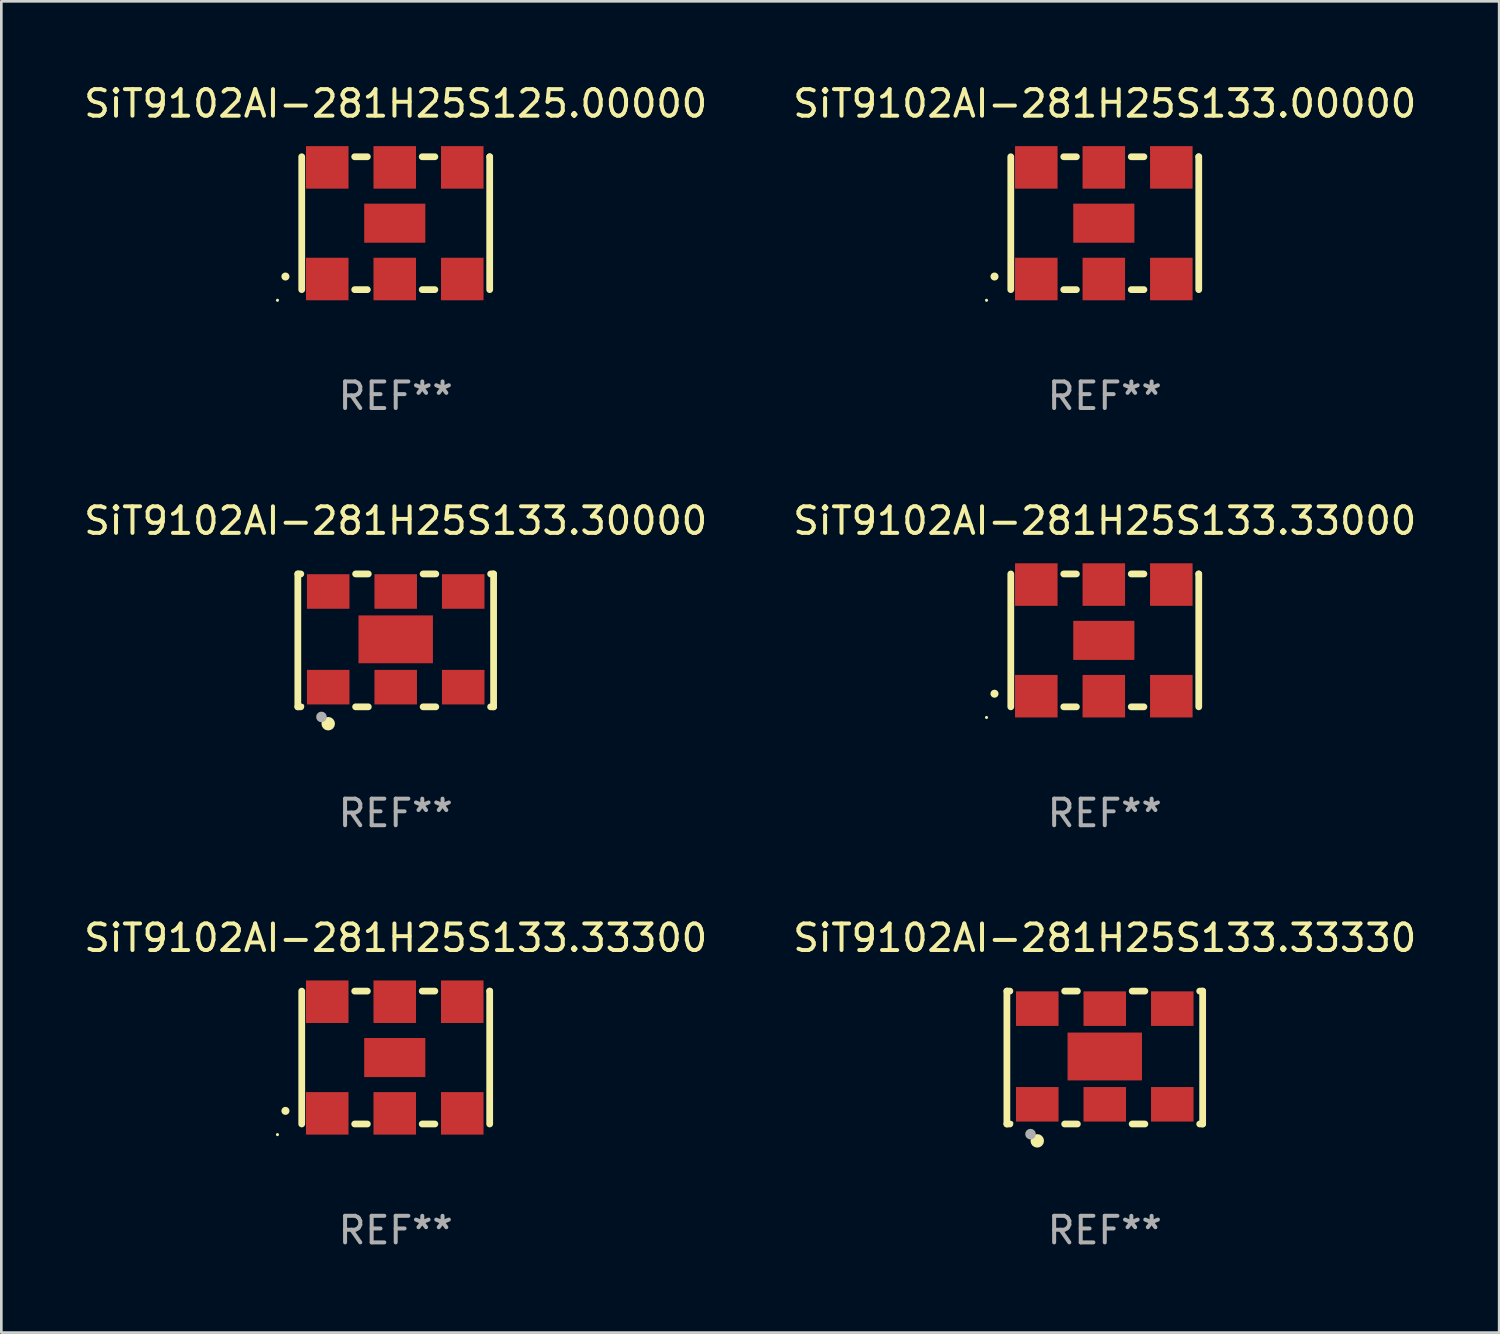
<source format=kicad_pcb>
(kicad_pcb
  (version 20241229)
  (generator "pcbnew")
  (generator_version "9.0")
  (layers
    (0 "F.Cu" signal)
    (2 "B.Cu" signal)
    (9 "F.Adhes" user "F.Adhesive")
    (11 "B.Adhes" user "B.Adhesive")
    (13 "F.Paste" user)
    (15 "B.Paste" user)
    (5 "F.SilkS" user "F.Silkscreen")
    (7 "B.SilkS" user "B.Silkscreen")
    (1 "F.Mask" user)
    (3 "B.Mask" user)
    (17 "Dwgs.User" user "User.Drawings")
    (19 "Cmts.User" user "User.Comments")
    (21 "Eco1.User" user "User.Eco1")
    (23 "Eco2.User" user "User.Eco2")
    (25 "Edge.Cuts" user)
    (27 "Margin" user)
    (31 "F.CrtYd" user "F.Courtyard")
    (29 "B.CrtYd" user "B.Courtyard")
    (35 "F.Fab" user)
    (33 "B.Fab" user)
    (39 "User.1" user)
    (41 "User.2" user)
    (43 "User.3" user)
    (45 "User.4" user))
  (footprint "SiT9102AI-281H25S133.30000"
    (layer "F.Cu")
    (at 11.839 21.045)
    (property "Reference" "SiT9102AI-281H25S133.30000" (at 0 -4.5 0) (layer "F.SilkS") (effects (font (size 1 1) (thickness 0.15))))
    (attr through_hole)
    (fp_line (start -3.683 -2.5) (end -3.571 -2.5) (stroke (width 0.254) (type solid)) (layer "F.SilkS"))
    (fp_line (start -3.683 2.5) (end -3.683 -2.5) (stroke (width 0.254) (type solid)) (layer "F.SilkS"))
    (fp_line (start -3.683 2.5) (end -3.571 2.5) (stroke (width 0.254) (type solid)) (layer "F.SilkS"))
    (fp_line (start -1.509 -2.5) (end -1.031 -2.5) (stroke (width 0.254) (type solid)) (layer "F.SilkS"))
    (fp_line (start -1.509 2.5) (end -1.031 2.5) (stroke (width 0.254) (type solid)) (layer "F.SilkS"))
    (fp_line (start 1.031 -2.5) (end 1.509 -2.5) (stroke (width 0.254) (type solid)) (layer "F.SilkS"))
    (fp_line (start 1.031 2.5) (end 1.509 2.5) (stroke (width 0.254) (type solid)) (layer "F.SilkS"))
    (fp_line (start 3.571 -2.5) (end 3.683 -2.5) (stroke (width 0.254) (type solid)) (layer "F.SilkS"))
    (fp_line (start 3.571 2.5) (end 3.683 2.5) (stroke (width 0.254) (type solid)) (layer "F.SilkS"))
    (fp_line (start 3.683 2.5) (end 3.683 -2.5) (stroke (width 0.254) (type solid)) (layer "F.SilkS"))
    (fp_circle (center -3.5 2.46) (end -3.47 2.46) (stroke (width 0.06) (type solid)) (fill no) (layer "F.SilkS"))
    (fp_circle (center -2.54 3.135) (end -2.413 3.135) (stroke (width 0.254) (type solid)) (fill no) (layer "F.SilkS"))
    (fp_circle (center -2.794 2.881) (end -2.694 2.881) (stroke (width 0.2) (type solid)) (fill no) (layer "F.Fab"))
    (fp_text user "REF**" (at 0 6.5 0) (layer "F.Fab") (effects (font (size 1 1) (thickness 0.15))))
    (pad "1" smd rect (at -2.54 1.76) (size 1.6 1.3) (layers "F.Cu" "F.Mask" "F.Paste"))
    (pad "2" smd rect (at 0 1.76) (size 1.6 1.3) (layers "F.Cu" "F.Mask" "F.Paste"))
    (pad "3" smd rect (at 2.54 1.76) (size 1.6 1.3) (layers "F.Cu" "F.Mask" "F.Paste"))
    (pad "4" smd rect (at 2.54 -1.84) (size 1.6 1.3) (layers "F.Cu" "F.Mask" "F.Paste"))
    (pad "5" smd rect (at 0 -1.84) (size 1.6 1.3) (layers "F.Cu" "F.Mask" "F.Paste"))
    (pad "6" smd rect (at -2.54 -1.84) (size 1.6 1.3) (layers "F.Cu" "F.Mask" "F.Paste"))
    (pad "7" smd rect (at 0 -0.04) (size 2.8 1.8) (layers "F.Cu" "F.Mask" "F.Paste")))
  (footprint "SiT9102AI-281H25S125.00000"
    (layer "F.Cu")
    (at 11.839 5.348)
    (property "Reference" "SiT9102AI-281H25S125.00000" (at 0 -4.5 0) (layer "F.SilkS") (effects (font (size 1 1) (thickness 0.15))))
    (attr through_hole)
    (fp_line (start -3.536 -2.5) (end -3.536 2.5) (stroke (width 0.254) (type solid)) (layer "F.SilkS"))
    (fp_line (start -1.544 2.5) (end -1.067 2.5) (stroke (width 0.254) (type solid)) (layer "F.SilkS"))
    (fp_line (start -1.067 -2.5) (end -1.544 -2.5) (stroke (width 0.254) (type solid)) (layer "F.SilkS"))
    (fp_line (start 0.996 2.5) (end 1.473 2.5) (stroke (width 0.254) (type solid)) (layer "F.SilkS"))
    (fp_line (start 1.473 -2.5) (end 0.996 -2.5) (stroke (width 0.254) (type solid)) (layer "F.SilkS"))
    (fp_line (start 3.536 -2.5) (end 3.536 -2.5) (stroke (width 0.254) (type solid)) (layer "F.SilkS"))
    (fp_line (start 3.536 2.5) (end 3.536 -2.5) (stroke (width 0.254) (type solid)) (layer "F.SilkS"))
    (fp_arc (start -4.150432 2.006604) (mid -4.149162 2.006599) (end -4.147892 2.006604) (stroke (width 0.3) (type solid)) (layer "F.SilkS"))
    (fp_circle (center -4.449 2.9) (end -4.419 2.9) (stroke (width 0.06) (type solid)) (fill no) (layer "F.SilkS"))
    (fp_text user "REF**" (at 0 6.5 0) (layer "F.Fab") (effects (font (size 1 1) (thickness 0.15))))
    (pad "1" smd rect (at -2.576 2.1) (size 1.6 1.6) (layers "F.Cu" "F.Mask" "F.Paste"))
    (pad "2" smd rect (at -0.036 2.1) (size 1.6 1.6) (layers "F.Cu" "F.Mask" "F.Paste"))
    (pad "3" smd rect (at 2.504 2.1) (size 1.6 1.6) (layers "F.Cu" "F.Mask" "F.Paste"))
    (pad "4" smd rect (at 2.504 -2.1) (size 1.6 1.6) (layers "F.Cu" "F.Mask" "F.Paste"))
    (pad "5" smd rect (at -0.036 -2.1) (size 1.6 1.6) (layers "F.Cu" "F.Mask" "F.Paste"))
    (pad "6" smd rect (at -2.576 -2.1) (size 1.6 1.6) (layers "F.Cu" "F.Mask" "F.Paste"))
    (pad "7" smd rect (at -0.036 0) (size 2.3 1.47) (layers "F.Cu" "F.Mask" "F.Paste")))
  (footprint "SiT9102AI-281H25S133.33330"
    (layer "F.Cu")
    (at 38.518 36.741)
    (property "Reference" "SiT9102AI-281H25S133.33330" (at 0 -4.5 0) (layer "F.SilkS") (effects (font (size 1 1) (thickness 0.15))))
    (attr through_hole)
    (fp_line (start -3.683 -2.5) (end -3.571 -2.5) (stroke (width 0.254) (type solid)) (layer "F.SilkS"))
    (fp_line (start -3.683 2.5) (end -3.683 -2.5) (stroke (width 0.254) (type solid)) (layer "F.SilkS"))
    (fp_line (start -3.683 2.5) (end -3.571 2.5) (stroke (width 0.254) (type solid)) (layer "F.SilkS"))
    (fp_line (start -1.509 -2.5) (end -1.031 -2.5) (stroke (width 0.254) (type solid)) (layer "F.SilkS"))
    (fp_line (start -1.509 2.5) (end -1.031 2.5) (stroke (width 0.254) (type solid)) (layer "F.SilkS"))
    (fp_line (start 1.031 -2.5) (end 1.509 -2.5) (stroke (width 0.254) (type solid)) (layer "F.SilkS"))
    (fp_line (start 1.031 2.5) (end 1.509 2.5) (stroke (width 0.254) (type solid)) (layer "F.SilkS"))
    (fp_line (start 3.571 -2.5) (end 3.683 -2.5) (stroke (width 0.254) (type solid)) (layer "F.SilkS"))
    (fp_line (start 3.571 2.5) (end 3.683 2.5) (stroke (width 0.254) (type solid)) (layer "F.SilkS"))
    (fp_line (start 3.683 2.5) (end 3.683 -2.5) (stroke (width 0.254) (type solid)) (layer "F.SilkS"))
    (fp_circle (center -3.5 2.46) (end -3.47 2.46) (stroke (width 0.06) (type solid)) (fill no) (layer "F.SilkS"))
    (fp_circle (center -2.54 3.135) (end -2.413 3.135) (stroke (width 0.254) (type solid)) (fill no) (layer "F.SilkS"))
    (fp_circle (center -2.794 2.881) (end -2.694 2.881) (stroke (width 0.2) (type solid)) (fill no) (layer "F.Fab"))
    (fp_text user "REF**" (at 0 6.5 0) (layer "F.Fab") (effects (font (size 1 1) (thickness 0.15))))
    (pad "1" smd rect (at -2.54 1.76) (size 1.6 1.3) (layers "F.Cu" "F.Mask" "F.Paste"))
    (pad "2" smd rect (at 0 1.76) (size 1.6 1.3) (layers "F.Cu" "F.Mask" "F.Paste"))
    (pad "3" smd rect (at 2.54 1.76) (size 1.6 1.3) (layers "F.Cu" "F.Mask" "F.Paste"))
    (pad "4" smd rect (at 2.54 -1.84) (size 1.6 1.3) (layers "F.Cu" "F.Mask" "F.Paste"))
    (pad "5" smd rect (at 0 -1.84) (size 1.6 1.3) (layers "F.Cu" "F.Mask" "F.Paste"))
    (pad "6" smd rect (at -2.54 -1.84) (size 1.6 1.3) (layers "F.Cu" "F.Mask" "F.Paste"))
    (pad "7" smd rect (at 0 -0.04) (size 2.8 1.8) (layers "F.Cu" "F.Mask" "F.Paste")))
  (footprint "SiT9102AI-281H25S133.33000"
    (layer "F.Cu")
    (at 38.518 21.045)
    (property "Reference" "SiT9102AI-281H25S133.33000" (at 0 -4.5 0) (layer "F.SilkS") (effects (font (size 1 1) (thickness 0.15))))
    (attr through_hole)
    (fp_line (start -3.536 -2.5) (end -3.536 2.5) (stroke (width 0.254) (type solid)) (layer "F.SilkS"))
    (fp_line (start -1.544 2.5) (end -1.067 2.5) (stroke (width 0.254) (type solid)) (layer "F.SilkS"))
    (fp_line (start -1.067 -2.5) (end -1.544 -2.5) (stroke (width 0.254) (type solid)) (layer "F.SilkS"))
    (fp_line (start 0.996 2.5) (end 1.473 2.5) (stroke (width 0.254) (type solid)) (layer "F.SilkS"))
    (fp_line (start 1.473 -2.5) (end 0.996 -2.5) (stroke (width 0.254) (type solid)) (layer "F.SilkS"))
    (fp_line (start 3.536 -2.5) (end 3.536 -2.5) (stroke (width 0.254) (type solid)) (layer "F.SilkS"))
    (fp_line (start 3.536 2.5) (end 3.536 -2.5) (stroke (width 0.254) (type solid)) (layer "F.SilkS"))
    (fp_arc (start -4.150432 2.006604) (mid -4.149162 2.006599) (end -4.147892 2.006604) (stroke (width 0.3) (type solid)) (layer "F.SilkS"))
    (fp_circle (center -4.449 2.9) (end -4.419 2.9) (stroke (width 0.06) (type solid)) (fill no) (layer "F.SilkS"))
    (fp_text user "REF**" (at 0 6.5 0) (layer "F.Fab") (effects (font (size 1 1) (thickness 0.15))))
    (pad "1" smd rect (at -2.576 2.1) (size 1.6 1.6) (layers "F.Cu" "F.Mask" "F.Paste"))
    (pad "2" smd rect (at -0.036 2.1) (size 1.6 1.6) (layers "F.Cu" "F.Mask" "F.Paste"))
    (pad "3" smd rect (at 2.504 2.1) (size 1.6 1.6) (layers "F.Cu" "F.Mask" "F.Paste"))
    (pad "4" smd rect (at 2.504 -2.1) (size 1.6 1.6) (layers "F.Cu" "F.Mask" "F.Paste"))
    (pad "5" smd rect (at -0.036 -2.1) (size 1.6 1.6) (layers "F.Cu" "F.Mask" "F.Paste"))
    (pad "6" smd rect (at -2.576 -2.1) (size 1.6 1.6) (layers "F.Cu" "F.Mask" "F.Paste"))
    (pad "7" smd rect (at -0.036 0) (size 2.3 1.47) (layers "F.Cu" "F.Mask" "F.Paste")))
  (footprint "SiT9102AI-281H25S133.00000"
    (layer "F.Cu")
    (at 38.518 5.348)
    (property "Reference" "SiT9102AI-281H25S133.00000" (at 0 -4.5 0) (layer "F.SilkS") (effects (font (size 1 1) (thickness 0.15))))
    (attr through_hole)
    (fp_line (start -3.536 -2.5) (end -3.536 2.5) (stroke (width 0.254) (type solid)) (layer "F.SilkS"))
    (fp_line (start -1.544 2.5) (end -1.067 2.5) (stroke (width 0.254) (type solid)) (layer "F.SilkS"))
    (fp_line (start -1.067 -2.5) (end -1.544 -2.5) (stroke (width 0.254) (type solid)) (layer "F.SilkS"))
    (fp_line (start 0.996 2.5) (end 1.473 2.5) (stroke (width 0.254) (type solid)) (layer "F.SilkS"))
    (fp_line (start 1.473 -2.5) (end 0.996 -2.5) (stroke (width 0.254) (type solid)) (layer "F.SilkS"))
    (fp_line (start 3.536 -2.5) (end 3.536 -2.5) (stroke (width 0.254) (type solid)) (layer "F.SilkS"))
    (fp_line (start 3.536 2.5) (end 3.536 -2.5) (stroke (width 0.254) (type solid)) (layer "F.SilkS"))
    (fp_arc (start -4.150432 2.006604) (mid -4.149162 2.006599) (end -4.147892 2.006604) (stroke (width 0.3) (type solid)) (layer "F.SilkS"))
    (fp_circle (center -4.449 2.9) (end -4.419 2.9) (stroke (width 0.06) (type solid)) (fill no) (layer "F.SilkS"))
    (fp_text user "REF**" (at 0 6.5 0) (layer "F.Fab") (effects (font (size 1 1) (thickness 0.15))))
    (pad "1" smd rect (at -2.576 2.1) (size 1.6 1.6) (layers "F.Cu" "F.Mask" "F.Paste"))
    (pad "2" smd rect (at -0.036 2.1) (size 1.6 1.6) (layers "F.Cu" "F.Mask" "F.Paste"))
    (pad "3" smd rect (at 2.504 2.1) (size 1.6 1.6) (layers "F.Cu" "F.Mask" "F.Paste"))
    (pad "4" smd rect (at 2.504 -2.1) (size 1.6 1.6) (layers "F.Cu" "F.Mask" "F.Paste"))
    (pad "5" smd rect (at -0.036 -2.1) (size 1.6 1.6) (layers "F.Cu" "F.Mask" "F.Paste"))
    (pad "6" smd rect (at -2.576 -2.1) (size 1.6 1.6) (layers "F.Cu" "F.Mask" "F.Paste"))
    (pad "7" smd rect (at -0.036 0) (size 2.3 1.47) (layers "F.Cu" "F.Mask" "F.Paste")))
  (footprint "SiT9102AI-281H25S133.33300"
    (layer "F.Cu")
    (at 11.839 36.741)
    (property "Reference" "SiT9102AI-281H25S133.33300" (at 0 -4.5 0) (layer "F.SilkS") (effects (font (size 1 1) (thickness 0.15))))
    (attr through_hole)
    (fp_line (start -3.536 -2.5) (end -3.536 2.5) (stroke (width 0.254) (type solid)) (layer "F.SilkS"))
    (fp_line (start -1.544 2.5) (end -1.067 2.5) (stroke (width 0.254) (type solid)) (layer "F.SilkS"))
    (fp_line (start -1.067 -2.5) (end -1.544 -2.5) (stroke (width 0.254) (type solid)) (layer "F.SilkS"))
    (fp_line (start 0.996 2.5) (end 1.473 2.5) (stroke (width 0.254) (type solid)) (layer "F.SilkS"))
    (fp_line (start 1.473 -2.5) (end 0.996 -2.5) (stroke (width 0.254) (type solid)) (layer "F.SilkS"))
    (fp_line (start 3.536 -2.5) (end 3.536 -2.5) (stroke (width 0.254) (type solid)) (layer "F.SilkS"))
    (fp_line (start 3.536 2.5) (end 3.536 -2.5) (stroke (width 0.254) (type solid)) (layer "F.SilkS"))
    (fp_arc (start -4.150432 2.006604) (mid -4.149162 2.006599) (end -4.147892 2.006604) (stroke (width 0.3) (type solid)) (layer "F.SilkS"))
    (fp_circle (center -4.449 2.9) (end -4.419 2.9) (stroke (width 0.06) (type solid)) (fill no) (layer "F.SilkS"))
    (fp_text user "REF**" (at 0 6.5 0) (layer "F.Fab") (effects (font (size 1 1) (thickness 0.15))))
    (pad "1" smd rect (at -2.576 2.1) (size 1.6 1.6) (layers "F.Cu" "F.Mask" "F.Paste"))
    (pad "2" smd rect (at -0.036 2.1) (size 1.6 1.6) (layers "F.Cu" "F.Mask" "F.Paste"))
    (pad "3" smd rect (at 2.504 2.1) (size 1.6 1.6) (layers "F.Cu" "F.Mask" "F.Paste"))
    (pad "4" smd rect (at 2.504 -2.1) (size 1.6 1.6) (layers "F.Cu" "F.Mask" "F.Paste"))
    (pad "5" smd rect (at -0.036 -2.1) (size 1.6 1.6) (layers "F.Cu" "F.Mask" "F.Paste"))
    (pad "6" smd rect (at -2.576 -2.1) (size 1.6 1.6) (layers "F.Cu" "F.Mask" "F.Paste"))
    (pad "7" smd rect (at -0.036 0) (size 2.3 1.47) (layers "F.Cu" "F.Mask" "F.Paste")))
  (gr_rect
    (start -3 -3)
    (end 53.357 47.09)
    (stroke (width 0.1) (type default))
    (fill no)
    (layer "Edge.Cuts")))
</source>
